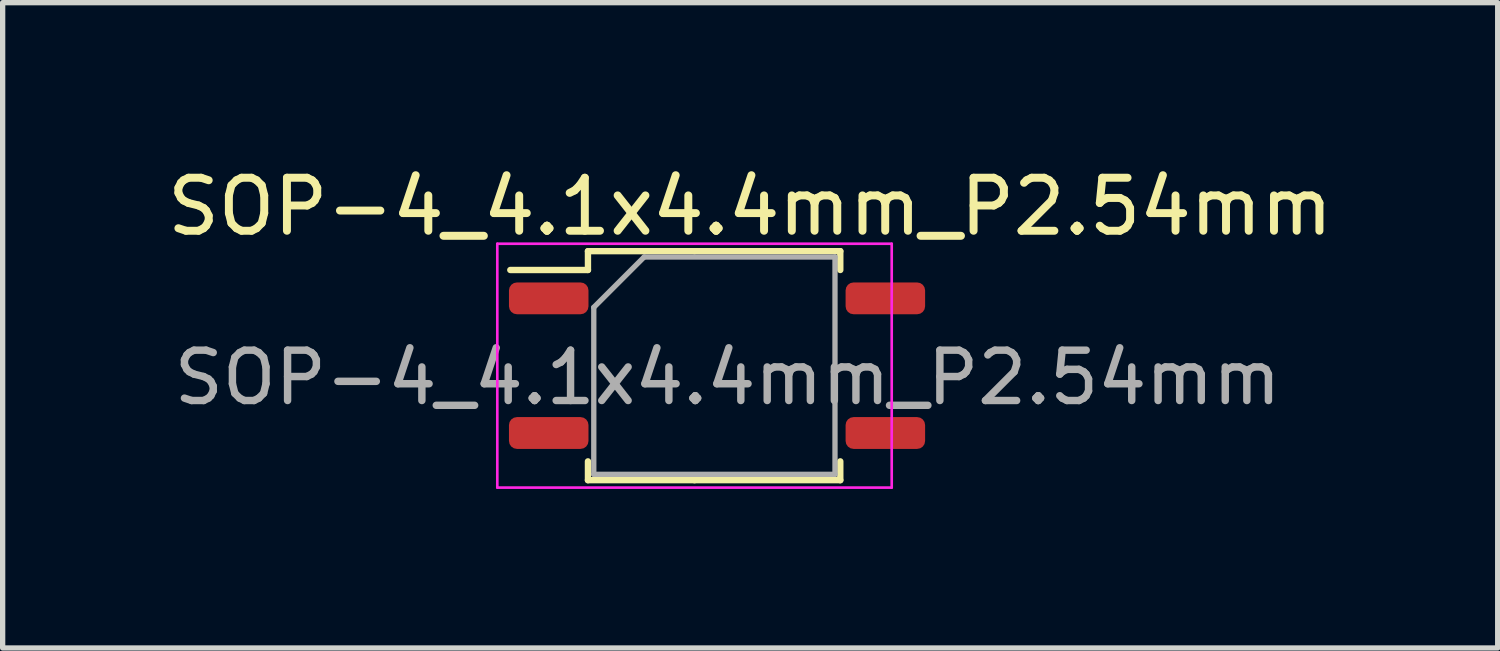
<source format=kicad_pcb>
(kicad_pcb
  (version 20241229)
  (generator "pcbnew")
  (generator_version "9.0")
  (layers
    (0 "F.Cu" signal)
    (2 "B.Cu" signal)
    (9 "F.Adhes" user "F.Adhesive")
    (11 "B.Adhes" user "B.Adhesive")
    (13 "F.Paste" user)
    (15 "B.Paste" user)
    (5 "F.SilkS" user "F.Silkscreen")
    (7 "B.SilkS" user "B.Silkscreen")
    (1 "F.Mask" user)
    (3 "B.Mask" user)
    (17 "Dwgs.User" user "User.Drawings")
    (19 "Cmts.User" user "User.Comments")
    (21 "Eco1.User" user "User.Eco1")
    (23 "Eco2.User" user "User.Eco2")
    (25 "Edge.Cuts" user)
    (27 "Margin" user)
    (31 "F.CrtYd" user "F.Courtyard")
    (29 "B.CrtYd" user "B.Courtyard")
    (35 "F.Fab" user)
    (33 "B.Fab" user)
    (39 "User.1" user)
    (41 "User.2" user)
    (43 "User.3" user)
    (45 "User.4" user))
  (footprint "SOP-4_4.1x4.4mm_P2.54mm"
    (layer "F.Cu")
    (at 10.051 3.848)
    (property "Reference" "SOP-4_4.1x4.4mm_P2.54mm" (at 1.05 -3 0) (layer "F.SilkS") (effects (font (size 1 1) (thickness 0.15))))
    (attr smd)
    (fp_line (start -2.01 -2.16) (end -2.01 -1.805) (stroke (width 0.12) (type solid)) (layer "F.SilkS"))
    (fp_line (start -2.01 -1.805) (end -3.475 -1.805) (stroke (width 0.12) (type solid)) (layer "F.SilkS"))
    (fp_line (start -2.01 2.16) (end -2.01 1.805) (stroke (width 0.12) (type solid)) (layer "F.SilkS"))
    (fp_line (start 0 -2.16) (end -2.01 -2.16) (stroke (width 0.12) (type solid)) (layer "F.SilkS"))
    (fp_line (start 0 -2.16) (end 2.75 -2.16) (stroke (width 0.12) (type solid)) (layer "F.SilkS"))
    (fp_line (start 0 2.16) (end -2.01 2.16) (stroke (width 0.12) (type solid)) (layer "F.SilkS"))
    (fp_line (start 0 2.16) (end 2.75 2.16) (stroke (width 0.12) (type solid)) (layer "F.SilkS"))
    (fp_line (start 2.75 -2.16) (end 2.75 -1.805) (stroke (width 0.12) (type solid)) (layer "F.SilkS"))
    (fp_line (start 2.75 2.16) (end 2.75 1.805) (stroke (width 0.12) (type solid)) (layer "F.SilkS"))
    (fp_line (start -3.72 -2.3) (end -3.72 2.3) (stroke (width 0.05) (type solid)) (layer "F.CrtYd"))
    (fp_line (start -3.72 2.3) (end 3.72 2.3) (stroke (width 0.05) (type solid)) (layer "F.CrtYd"))
    (fp_line (start 3.72 -2.3) (end -3.72 -2.3) (stroke (width 0.05) (type solid)) (layer "F.CrtYd"))
    (fp_line (start 3.72 2.3) (end 3.72 -2.3) (stroke (width 0.05) (type solid)) (layer "F.CrtYd"))
    (fp_line (start -1.9 -1.1) (end -0.95 -2.05) (stroke (width 0.1) (type solid)) (layer "F.Fab"))
    (fp_line (start -1.9 2.05) (end -1.9 -1.1) (stroke (width 0.1) (type solid)) (layer "F.Fab"))
    (fp_line (start -0.95 -2.05) (end 2.65 -2.05) (stroke (width 0.1) (type solid)) (layer "F.Fab"))
    (fp_line (start 2.65 -2.05) (end 2.65 2.05) (stroke (width 0.1) (type solid)) (layer "F.Fab"))
    (fp_line (start 2.65 2.05) (end -1.9 2.05) (stroke (width 0.1) (type solid)) (layer "F.Fab"))
    (fp_text user "${REFERENCE}" (at 0.625 0.225 0) (layer "F.Fab") (effects (font (size 0.95 0.95) (thickness 0.14))))
    (pad "1" smd roundrect (at -2.75 -1.27) (size 1.5 0.6) (layers "F.Cu" "F.Mask" "F.Paste") (roundrect_rratio 0.25))
    (pad "2" smd roundrect (at -2.75 1.27) (size 1.5 0.6) (layers "F.Cu" "F.Mask" "F.Paste") (roundrect_rratio 0.25))
    (pad "3" smd roundrect (at 3.6 1.27) (size 1.5 0.6) (layers "F.Cu" "F.Mask" "F.Paste") (roundrect_rratio 0.25))
    (pad "4" smd roundrect (at 3.6 -1.27) (size 1.5 0.6) (layers "F.Cu" "F.Mask" "F.Paste") (roundrect_rratio 0.25)))
  (gr_rect
    (start -3 -3)
    (end 25.202 9.173)
    (stroke (width 0.1) (type default))
    (fill no)
    (layer "Edge.Cuts")))
</source>
